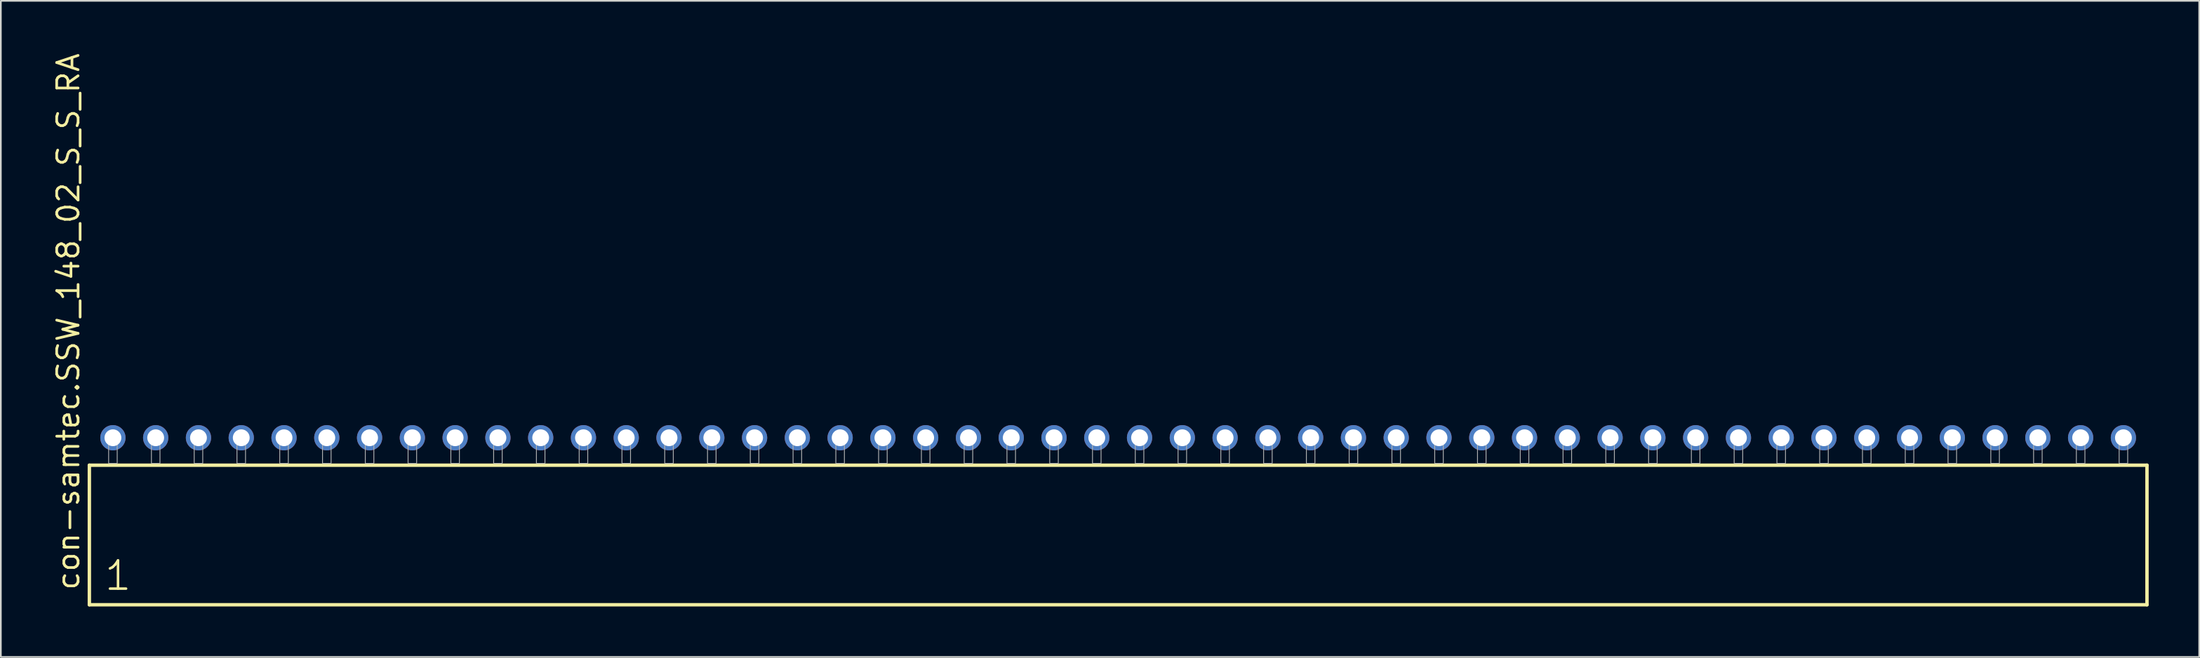
<source format=kicad_pcb>
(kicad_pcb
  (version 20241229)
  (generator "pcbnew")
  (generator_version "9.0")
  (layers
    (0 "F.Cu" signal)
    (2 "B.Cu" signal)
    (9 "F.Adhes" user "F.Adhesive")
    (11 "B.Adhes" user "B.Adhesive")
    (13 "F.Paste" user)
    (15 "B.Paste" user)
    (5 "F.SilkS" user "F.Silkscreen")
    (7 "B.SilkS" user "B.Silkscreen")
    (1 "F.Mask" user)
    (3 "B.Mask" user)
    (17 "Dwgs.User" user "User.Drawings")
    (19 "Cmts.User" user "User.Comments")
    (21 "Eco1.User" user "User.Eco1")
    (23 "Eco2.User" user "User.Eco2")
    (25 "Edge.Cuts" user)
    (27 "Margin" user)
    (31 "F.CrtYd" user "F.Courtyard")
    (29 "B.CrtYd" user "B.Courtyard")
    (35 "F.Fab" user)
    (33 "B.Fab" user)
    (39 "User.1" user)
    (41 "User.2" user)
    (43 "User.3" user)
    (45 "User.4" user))
  (footprint "con-samtec.SSW_148_02_S_S_RA"
    (layer "F.Cu")
    (at 63.345 24.477)
    (property "Reference" "con-samtec.SSW_148_02_S_S_RA" (at -61.595 7.62 90) (layer "F.SilkS") (effects (font (size 1.27 1.27) (thickness 0.16)) (justify left bottom)))
    (attr through_hole)
    (fp_line (start -61.089 0.106) (end -61.089 8.396) (stroke (width 0.203) (type default)) (layer "F.SilkS"))
    (fp_line (start -61.089 8.396) (end 61.089 8.396) (stroke (width 0.203) (type default)) (layer "F.SilkS"))
    (fp_line (start 61.089 0.106) (end -61.089 0.106) (stroke (width 0.203) (type default)) (layer "F.SilkS"))
    (fp_line (start 61.089 8.396) (end 61.089 0.106) (stroke (width 0.203) (type default)) (layer "F.SilkS"))
    (fp_rect (start -59.944 0) (end -59.436 -1.778) (stroke (width 0.05) (type default)) (fill no) (layer "F.Fab"))
    (fp_rect (start -57.404 0) (end -56.896 -1.778) (stroke (width 0.05) (type default)) (fill no) (layer "F.Fab"))
    (fp_rect (start -54.864 0) (end -54.356 -1.778) (stroke (width 0.05) (type default)) (fill no) (layer "F.Fab"))
    (fp_rect (start -52.324 0) (end -51.816 -1.778) (stroke (width 0.05) (type default)) (fill no) (layer "F.Fab"))
    (fp_rect (start -49.784 0) (end -49.276 -1.778) (stroke (width 0.05) (type default)) (fill no) (layer "F.Fab"))
    (fp_rect (start -47.244 0) (end -46.736 -1.778) (stroke (width 0.05) (type default)) (fill no) (layer "F.Fab"))
    (fp_rect (start -44.704 0) (end -44.196 -1.778) (stroke (width 0.05) (type default)) (fill no) (layer "F.Fab"))
    (fp_rect (start -42.164 0) (end -41.656 -1.778) (stroke (width 0.05) (type default)) (fill no) (layer "F.Fab"))
    (fp_rect (start -39.624 0) (end -39.116 -1.778) (stroke (width 0.05) (type default)) (fill no) (layer "F.Fab"))
    (fp_rect (start -37.084 0) (end -36.576 -1.778) (stroke (width 0.05) (type default)) (fill no) (layer "F.Fab"))
    (fp_rect (start -34.544 0) (end -34.036 -1.778) (stroke (width 0.05) (type default)) (fill no) (layer "F.Fab"))
    (fp_rect (start -32.004 0) (end -31.496 -1.778) (stroke (width 0.05) (type default)) (fill no) (layer "F.Fab"))
    (fp_rect (start -29.464 0) (end -28.956 -1.778) (stroke (width 0.05) (type default)) (fill no) (layer "F.Fab"))
    (fp_rect (start -26.924 0) (end -26.416 -1.778) (stroke (width 0.05) (type default)) (fill no) (layer "F.Fab"))
    (fp_rect (start -24.384 0) (end -23.876 -1.778) (stroke (width 0.05) (type default)) (fill no) (layer "F.Fab"))
    (fp_rect (start -21.844 0) (end -21.336 -1.778) (stroke (width 0.05) (type default)) (fill no) (layer "F.Fab"))
    (fp_rect (start -19.304 0) (end -18.796 -1.778) (stroke (width 0.05) (type default)) (fill no) (layer "F.Fab"))
    (fp_rect (start -16.764 0) (end -16.256 -1.778) (stroke (width 0.05) (type default)) (fill no) (layer "F.Fab"))
    (fp_rect (start -14.224 0) (end -13.716 -1.778) (stroke (width 0.05) (type default)) (fill no) (layer "F.Fab"))
    (fp_rect (start -11.684 0) (end -11.176 -1.778) (stroke (width 0.05) (type default)) (fill no) (layer "F.Fab"))
    (fp_rect (start -9.144 0) (end -8.636 -1.778) (stroke (width 0.05) (type default)) (fill no) (layer "F.Fab"))
    (fp_rect (start -6.604 0) (end -6.096 -1.778) (stroke (width 0.05) (type default)) (fill no) (layer "F.Fab"))
    (fp_rect (start -4.064 0) (end -3.556 -1.778) (stroke (width 0.05) (type default)) (fill no) (layer "F.Fab"))
    (fp_rect (start -1.524 0) (end -1.016 -1.778) (stroke (width 0.05) (type default)) (fill no) (layer "F.Fab"))
    (fp_rect (start 1.016 0) (end 1.524 -1.778) (stroke (width 0.05) (type default)) (fill no) (layer "F.Fab"))
    (fp_rect (start 3.556 0) (end 4.064 -1.778) (stroke (width 0.05) (type default)) (fill no) (layer "F.Fab"))
    (fp_rect (start 6.096 0) (end 6.604 -1.778) (stroke (width 0.05) (type default)) (fill no) (layer "F.Fab"))
    (fp_rect (start 8.636 0) (end 9.144 -1.778) (stroke (width 0.05) (type default)) (fill no) (layer "F.Fab"))
    (fp_rect (start 11.176 0) (end 11.684 -1.778) (stroke (width 0.05) (type default)) (fill no) (layer "F.Fab"))
    (fp_rect (start 13.716 0) (end 14.224 -1.778) (stroke (width 0.05) (type default)) (fill no) (layer "F.Fab"))
    (fp_rect (start 16.256 0) (end 16.764 -1.778) (stroke (width 0.05) (type default)) (fill no) (layer "F.Fab"))
    (fp_rect (start 18.796 0) (end 19.304 -1.778) (stroke (width 0.05) (type default)) (fill no) (layer "F.Fab"))
    (fp_rect (start 21.336 0) (end 21.844 -1.778) (stroke (width 0.05) (type default)) (fill no) (layer "F.Fab"))
    (fp_rect (start 23.876 0) (end 24.384 -1.778) (stroke (width 0.05) (type default)) (fill no) (layer "F.Fab"))
    (fp_rect (start 26.416 0) (end 26.924 -1.778) (stroke (width 0.05) (type default)) (fill no) (layer "F.Fab"))
    (fp_rect (start 28.956 0) (end 29.464 -1.778) (stroke (width 0.05) (type default)) (fill no) (layer "F.Fab"))
    (fp_rect (start 31.496 0) (end 32.004 -1.778) (stroke (width 0.05) (type default)) (fill no) (layer "F.Fab"))
    (fp_rect (start 34.036 0) (end 34.544 -1.778) (stroke (width 0.05) (type default)) (fill no) (layer "F.Fab"))
    (fp_rect (start 36.576 0) (end 37.084 -1.778) (stroke (width 0.05) (type default)) (fill no) (layer "F.Fab"))
    (fp_rect (start 39.116 0) (end 39.624 -1.778) (stroke (width 0.05) (type default)) (fill no) (layer "F.Fab"))
    (fp_rect (start 41.656 0) (end 42.164 -1.778) (stroke (width 0.05) (type default)) (fill no) (layer "F.Fab"))
    (fp_rect (start 44.196 0) (end 44.704 -1.778) (stroke (width 0.05) (type default)) (fill no) (layer "F.Fab"))
    (fp_rect (start 46.736 0) (end 47.244 -1.778) (stroke (width 0.05) (type default)) (fill no) (layer "F.Fab"))
    (fp_rect (start 49.276 0) (end 49.784 -1.778) (stroke (width 0.05) (type default)) (fill no) (layer "F.Fab"))
    (fp_rect (start 51.816 0) (end 52.324 -1.778) (stroke (width 0.05) (type default)) (fill no) (layer "F.Fab"))
    (fp_rect (start 54.356 0) (end 54.864 -1.778) (stroke (width 0.05) (type default)) (fill no) (layer "F.Fab"))
    (fp_rect (start 56.896 0) (end 57.404 -1.778) (stroke (width 0.05) (type default)) (fill no) (layer "F.Fab"))
    (fp_rect (start 59.436 0) (end 59.944 -1.778) (stroke (width 0.05) (type default)) (fill no) (layer "F.Fab"))
    (fp_text user "1" (at -60.285 7.65 0) (layer "F.SilkS") (effects (font (size 1.676 1.676) (thickness 0.15)) (justify left bottom)))
    (pad "1" thru_hole circle (at -59.69 -1.524) (size 1.5 1.5) (drill 1) (layers "*.Cu" "*.Mask"))
    (pad "2" thru_hole circle (at -57.15 -1.524) (size 1.5 1.5) (drill 1) (layers "*.Cu" "*.Mask"))
    (pad "3" thru_hole circle (at -54.61 -1.524) (size 1.5 1.5) (drill 1) (layers "*.Cu" "*.Mask"))
    (pad "4" thru_hole circle (at -52.07 -1.524) (size 1.5 1.5) (drill 1) (layers "*.Cu" "*.Mask"))
    (pad "5" thru_hole circle (at -49.53 -1.524) (size 1.5 1.5) (drill 1) (layers "*.Cu" "*.Mask"))
    (pad "6" thru_hole circle (at -46.99 -1.524) (size 1.5 1.5) (drill 1) (layers "*.Cu" "*.Mask"))
    (pad "7" thru_hole circle (at -44.45 -1.524) (size 1.5 1.5) (drill 1) (layers "*.Cu" "*.Mask"))
    (pad "8" thru_hole circle (at -41.91 -1.524) (size 1.5 1.5) (drill 1) (layers "*.Cu" "*.Mask"))
    (pad "9" thru_hole circle (at -39.37 -1.524) (size 1.5 1.5) (drill 1) (layers "*.Cu" "*.Mask"))
    (pad "10" thru_hole circle (at -36.83 -1.524) (size 1.5 1.5) (drill 1) (layers "*.Cu" "*.Mask"))
    (pad "11" thru_hole circle (at -34.29 -1.524) (size 1.5 1.5) (drill 1) (layers "*.Cu" "*.Mask"))
    (pad "12" thru_hole circle (at -31.75 -1.524) (size 1.5 1.5) (drill 1) (layers "*.Cu" "*.Mask"))
    (pad "13" thru_hole circle (at -29.21 -1.524) (size 1.5 1.5) (drill 1) (layers "*.Cu" "*.Mask"))
    (pad "14" thru_hole circle (at -26.67 -1.524) (size 1.5 1.5) (drill 1) (layers "*.Cu" "*.Mask"))
    (pad "15" thru_hole circle (at -24.13 -1.524) (size 1.5 1.5) (drill 1) (layers "*.Cu" "*.Mask"))
    (pad "16" thru_hole circle (at -21.59 -1.524) (size 1.5 1.5) (drill 1) (layers "*.Cu" "*.Mask"))
    (pad "17" thru_hole circle (at -19.05 -1.524) (size 1.5 1.5) (drill 1) (layers "*.Cu" "*.Mask"))
    (pad "18" thru_hole circle (at -16.51 -1.524) (size 1.5 1.5) (drill 1) (layers "*.Cu" "*.Mask"))
    (pad "19" thru_hole circle (at -13.97 -1.524) (size 1.5 1.5) (drill 1) (layers "*.Cu" "*.Mask"))
    (pad "20" thru_hole circle (at -11.43 -1.524) (size 1.5 1.5) (drill 1) (layers "*.Cu" "*.Mask"))
    (pad "21" thru_hole circle (at -8.89 -1.524) (size 1.5 1.5) (drill 1) (layers "*.Cu" "*.Mask"))
    (pad "22" thru_hole circle (at -6.35 -1.524) (size 1.5 1.5) (drill 1) (layers "*.Cu" "*.Mask"))
    (pad "23" thru_hole circle (at -3.81 -1.524) (size 1.5 1.5) (drill 1) (layers "*.Cu" "*.Mask"))
    (pad "24" thru_hole circle (at -1.27 -1.524) (size 1.5 1.5) (drill 1) (layers "*.Cu" "*.Mask"))
    (pad "25" thru_hole circle (at 1.27 -1.524) (size 1.5 1.5) (drill 1) (layers "*.Cu" "*.Mask"))
    (pad "26" thru_hole circle (at 3.81 -1.524) (size 1.5 1.5) (drill 1) (layers "*.Cu" "*.Mask"))
    (pad "27" thru_hole circle (at 6.35 -1.524) (size 1.5 1.5) (drill 1) (layers "*.Cu" "*.Mask"))
    (pad "28" thru_hole circle (at 8.89 -1.524) (size 1.5 1.5) (drill 1) (layers "*.Cu" "*.Mask"))
    (pad "29" thru_hole circle (at 11.43 -1.524) (size 1.5 1.5) (drill 1) (layers "*.Cu" "*.Mask"))
    (pad "30" thru_hole circle (at 13.97 -1.524) (size 1.5 1.5) (drill 1) (layers "*.Cu" "*.Mask"))
    (pad "31" thru_hole circle (at 16.51 -1.524) (size 1.5 1.5) (drill 1) (layers "*.Cu" "*.Mask"))
    (pad "32" thru_hole circle (at 19.05 -1.524) (size 1.5 1.5) (drill 1) (layers "*.Cu" "*.Mask"))
    (pad "33" thru_hole circle (at 21.59 -1.524) (size 1.5 1.5) (drill 1) (layers "*.Cu" "*.Mask"))
    (pad "34" thru_hole circle (at 24.13 -1.524) (size 1.5 1.5) (drill 1) (layers "*.Cu" "*.Mask"))
    (pad "35" thru_hole circle (at 26.67 -1.524) (size 1.5 1.5) (drill 1) (layers "*.Cu" "*.Mask"))
    (pad "36" thru_hole circle (at 29.21 -1.524) (size 1.5 1.5) (drill 1) (layers "*.Cu" "*.Mask"))
    (pad "37" thru_hole circle (at 31.75 -1.524) (size 1.5 1.5) (drill 1) (layers "*.Cu" "*.Mask"))
    (pad "38" thru_hole circle (at 34.29 -1.524) (size 1.5 1.5) (drill 1) (layers "*.Cu" "*.Mask"))
    (pad "39" thru_hole circle (at 36.83 -1.524) (size 1.5 1.5) (drill 1) (layers "*.Cu" "*.Mask"))
    (pad "40" thru_hole circle (at 39.37 -1.524) (size 1.5 1.5) (drill 1) (layers "*.Cu" "*.Mask"))
    (pad "41" thru_hole circle (at 41.91 -1.524) (size 1.5 1.5) (drill 1) (layers "*.Cu" "*.Mask"))
    (pad "42" thru_hole circle (at 44.45 -1.524) (size 1.5 1.5) (drill 1) (layers "*.Cu" "*.Mask"))
    (pad "43" thru_hole circle (at 46.99 -1.524) (size 1.5 1.5) (drill 1) (layers "*.Cu" "*.Mask"))
    (pad "44" thru_hole circle (at 49.53 -1.524) (size 1.5 1.5) (drill 1) (layers "*.Cu" "*.Mask"))
    (pad "45" thru_hole circle (at 52.07 -1.524) (size 1.5 1.5) (drill 1) (layers "*.Cu" "*.Mask"))
    (pad "46" thru_hole circle (at 54.61 -1.524) (size 1.5 1.5) (drill 1) (layers "*.Cu" "*.Mask"))
    (pad "47" thru_hole circle (at 57.15 -1.524) (size 1.5 1.5) (drill 1) (layers "*.Cu" "*.Mask"))
    (pad "48" thru_hole circle (at 59.69 -1.524) (size 1.5 1.5) (drill 1) (layers "*.Cu" "*.Mask")))
  (gr_rect
    (start -3 -3)
    (end 127.536 35.975)
    (stroke (width 0.1) (type default))
    (fill no)
    (layer "Edge.Cuts")))
</source>
